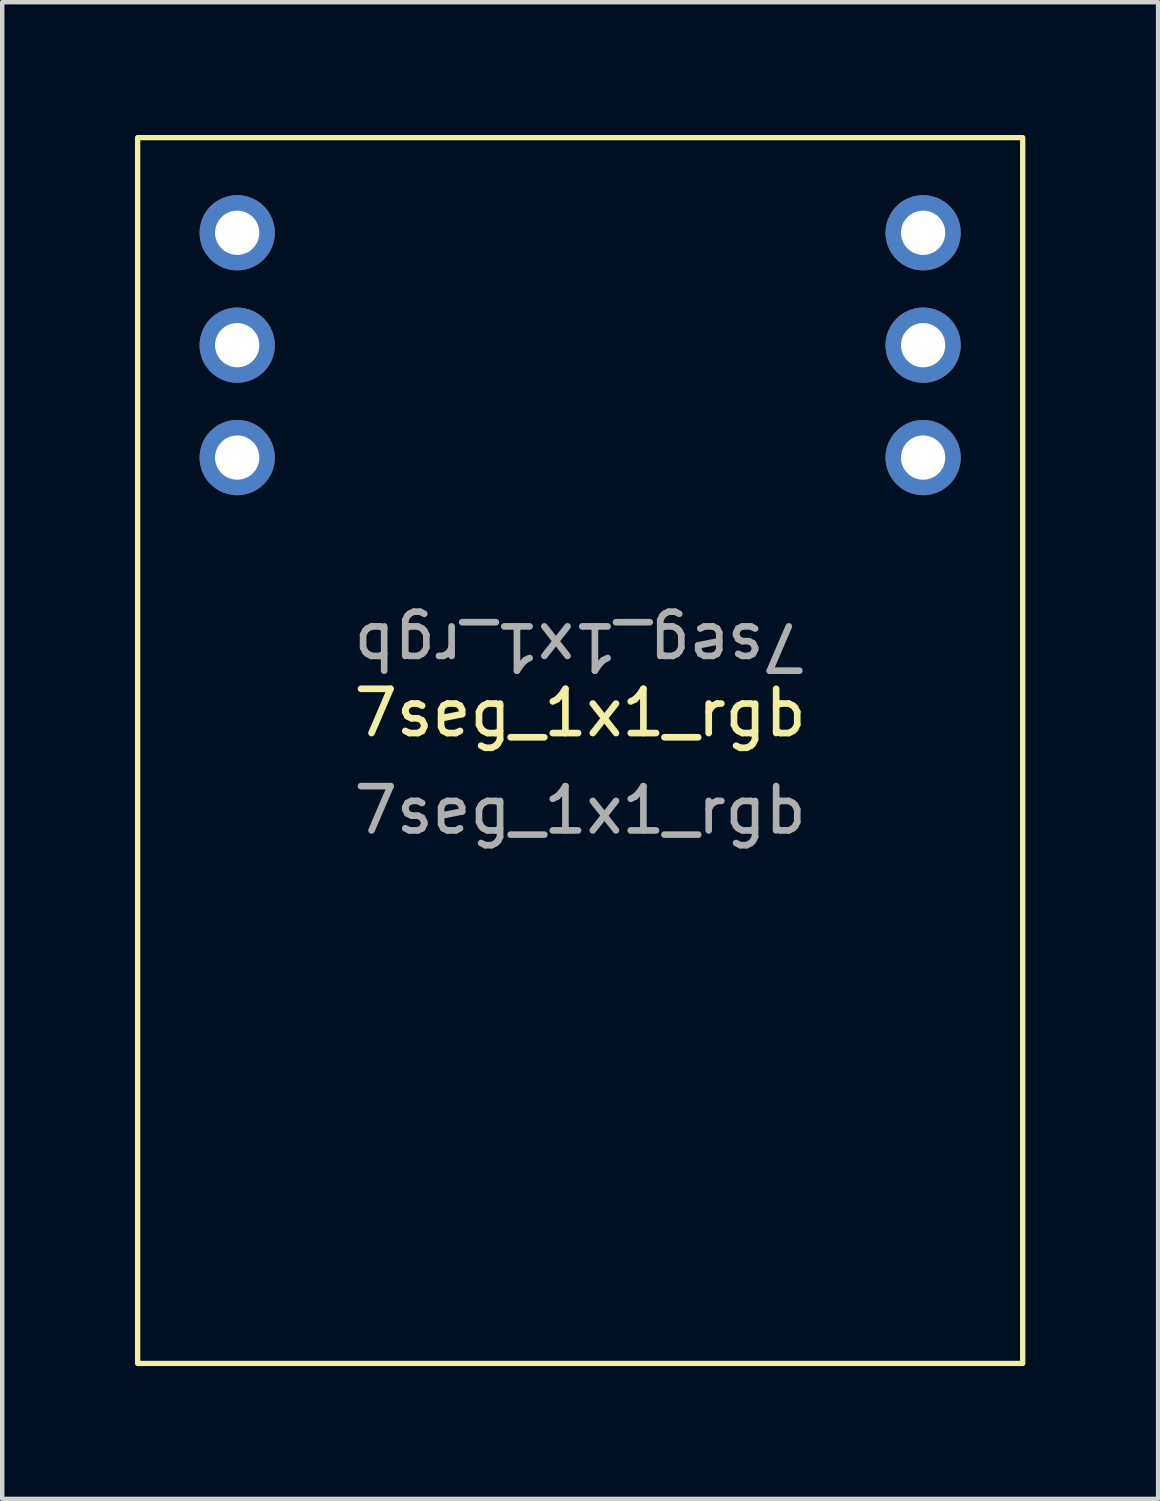
<source format=kicad_pcb>
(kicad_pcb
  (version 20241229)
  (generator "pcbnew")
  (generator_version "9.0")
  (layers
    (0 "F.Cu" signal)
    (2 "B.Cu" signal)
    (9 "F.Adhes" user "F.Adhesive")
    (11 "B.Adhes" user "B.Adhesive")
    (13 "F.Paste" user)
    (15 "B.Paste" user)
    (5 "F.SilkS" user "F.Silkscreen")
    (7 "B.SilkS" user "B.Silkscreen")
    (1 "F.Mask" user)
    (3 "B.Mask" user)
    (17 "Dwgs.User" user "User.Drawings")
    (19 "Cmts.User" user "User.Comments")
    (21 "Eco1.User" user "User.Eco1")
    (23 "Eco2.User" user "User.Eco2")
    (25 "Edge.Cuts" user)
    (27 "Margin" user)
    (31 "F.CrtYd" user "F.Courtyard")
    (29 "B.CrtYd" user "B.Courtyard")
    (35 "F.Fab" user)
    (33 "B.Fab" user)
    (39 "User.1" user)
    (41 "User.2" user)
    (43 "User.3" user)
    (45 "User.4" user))
  (footprint "7seg_1x1_rgb"
    (layer "F.Cu")
    (at 10.06 13.06)
    (property "Reference" "7seg_1x1_rgb" (at 0 0 0) (unlocked yes) (layer "F.SilkS") (effects (font (size 1 1) (thickness 0.15))))
    (attr through_hole)
    (fp_rect (start -10 -13) (end 10 14.7) (stroke (width 0.12) (type solid)) (fill no) (layer "F.SilkS"))
    (fp_poly (pts (xy 8.161 9.88) (xy 8.526 10.274) (xy 8.739 10.797) (xy 8.763 11.034) (xy 8.638 11.593) (xy 8.316 12.007) (xy 7.879 12.223) (xy 7.409 12.189) (xy 7.167 12.046) (xy 6.871 11.771) (xy 6.697 11.561) (xy 6.584 11.098) (xy 6.689 10.593) (xy 6.963 10.137) (xy 7.354 9.819) (xy 7.73 9.725)) (stroke (width 0.1) (type solid)) (fill no) (layer "Eco1.User"))
    (fp_poly (pts (xy 6.546 -9.094) (xy 6.586 -8.847) (xy 6.56 -8.538) (xy 6.491 -7.962) (xy 6.387 -7.193) (xy 6.258 -6.305) (xy 6.215 -6.02) (xy 6.069 -5.052) (xy 5.93 -4.126) (xy 5.812 -3.334) (xy 5.73 -2.771) (xy 5.719 -2.694) (xy 5.537 -1.594) (xy 5.352 -0.833) (xy 5.161 -0.4) (xy 5.049 -0.297) (xy 4.87 -0.219) (xy 4.739 -0.232) (xy 4.562 -0.379) (xy 4.277 -0.675) (xy 3.815 -1.159) (xy 4.288 -4.615) (xy 4.761 -8.071) (xy 5.42 -8.65) (xy 5.969 -9.074) (xy 6.344 -9.221)) (stroke (width 0.1) (type solid)) (fill no) (layer "Eco1.User"))
    (fp_poly (pts (xy -0.595 -10.079) (xy 0.702 -10.068) (xy 0.813 -10.067) (xy 2.206 -10.053) (xy 3.329 -10.035) (xy 4.203 -10.009) (xy 4.85 -9.968) (xy 5.29 -9.907) (xy 5.544 -9.82) (xy 5.633 -9.702) (xy 5.578 -9.546) (xy 5.4 -9.348) (xy 5.118 -9.101) (xy 4.938 -8.951) (xy 4.232 -8.368) (xy -3.066 -8.374) (xy -3.635 -8.951) (xy -4.001 -9.384) (xy -4.126 -9.707) (xy -4.11 -9.82) (xy -4.065 -9.9) (xy -3.965 -9.963) (xy -3.782 -10.011) (xy -3.487 -10.046) (xy -3.05 -10.069) (xy -2.442 -10.081) (xy -1.633 -10.084)) (stroke (width 0.1) (type solid)) (fill no) (layer "Eco1.User"))
    (fp_poly (pts (xy 2.16 10.943) (xy 2.477 11.347) (xy 2.613 11.595) (xy 2.597 11.773) (xy 2.475 11.944) (xy 2.383 12.028) (xy 2.241 12.096) (xy 2.019 12.149) (xy 1.687 12.19) (xy 1.212 12.221) (xy 0.566 12.243) (xy -0.285 12.26) (xy -1.369 12.272) (xy -2.454 12.281) (xy -3.596 12.286) (xy -4.648 12.285) (xy -5.575 12.28) (xy -6.34 12.269) (xy -6.907 12.254) (xy -7.24 12.235) (xy -7.311 12.223) (xy -7.49 11.996) (xy -7.424 11.647) (xy -7.129 11.213) (xy -6.784 10.87) (xy -6.075 10.247) (xy 1.593 10.247)) (stroke (width 0.1) (type solid)) (fill no) (layer "Eco1.User"))
    (fp_poly (pts (xy 3.895 -0.271) (xy 4.139 0.057) (xy 4.261 0.286) (xy 4.264 0.306) (xy 4.149 0.464) (xy 3.858 0.708) (xy 3.7 0.82) (xy 3.522 0.932) (xy 3.337 1.019) (xy 3.108 1.085) (xy 2.798 1.133) (xy 2.371 1.165) (xy 1.79 1.185) (xy 1.02 1.195) (xy 0.024 1.199) (xy -0.912 1.2) (xy -2.134 1.197) (xy -3.099 1.189) (xy -3.84 1.171) (xy -4.389 1.143) (xy -4.779 1.103) (xy -5.044 1.048) (xy -5.216 0.977) (xy -5.283 0.929) (xy -5.549 0.612) (xy -5.558 0.283) (xy -5.305 -0.108) (xy -5.159 -0.263) (xy -4.713 -0.714) (xy 3.525 -0.714)) (stroke (width 0.1) (type solid)) (fill no) (layer "Eco1.User"))
    (fp_poly (pts (xy -4.709 -9.145) (xy -4.347 -8.915) (xy -4.204 -8.794) (xy -4.021 -8.632) (xy -3.886 -8.492) (xy -3.8 -8.327) (xy -3.762 -8.088) (xy -3.772 -7.727) (xy -3.83 -7.198) (xy -3.938 -6.452) (xy -4.095 -5.442) (xy -4.222 -4.628) (xy -4.407 -3.457) (xy -4.559 -2.576) (xy -4.693 -1.934) (xy -4.827 -1.479) (xy -4.975 -1.158) (xy -5.155 -0.919) (xy -5.382 -0.711) (xy -5.464 -0.645) (xy -5.979 -0.296) (xy -6.333 -0.206) (xy -6.55 -0.369) (xy -6.558 -0.382) (xy -6.585 -0.646) (xy -6.553 -1.129) (xy -6.496 -1.556) (xy -6.328 -2.62) (xy -6.133 -3.891) (xy -5.934 -5.231) (xy -5.749 -6.502) (xy -5.744 -6.542) (xy -5.561 -7.678) (xy -5.378 -8.486) (xy -5.191 -8.987) (xy -4.993 -9.202) (xy -4.97 -9.209)) (stroke (width 0.1) (type solid)) (fill no) (layer "Eco1.User"))
    (fp_poly (pts (xy 4.947 0.859) (xy 4.967 0.941) (xy 4.968 1.111) (xy 4.945 1.398) (xy 4.896 1.829) (xy 4.816 2.434) (xy 4.704 3.242) (xy 4.556 4.281) (xy 4.368 5.579) (xy 4.137 7.167) (xy 3.892 8.855) (xy 3.773 9.605) (xy 3.656 10.248) (xy 3.556 10.691) (xy 3.517 10.812) (xy 3.273 11.081) (xy 2.935 11.038) (xy 2.527 10.688) (xy 2.455 10.601) (xy 2.042 10.085) (xy 2.291 8.469) (xy 2.422 7.62) (xy 2.553 6.771) (xy 2.66 6.07) (xy 2.687 5.897) (xy 2.797 5.221) (xy 2.914 4.575) (xy 2.968 4.311) (xy 3.063 3.735) (xy 3.109 3.201) (xy 3.109 3.18) (xy 3.177 2.627) (xy 3.291 2.209) (xy 3.526 1.818) (xy 3.904 1.405) (xy 4.329 1.059) (xy 4.701 0.867) (xy 4.798 0.852) (xy 4.859 0.843) (xy 4.91 0.836)) (stroke (width 0.1) (type solid)) (fill no) (layer "Eco1.User"))
    (fp_poly (pts (xy -6.059 0.982) (xy -5.823 1.224) (xy -5.498 1.599) (xy -5.357 1.9) (xy -5.35 2.257) (xy -5.368 2.408) (xy -5.413 2.725) (xy -5.479 3.183) (xy -5.574 3.817) (xy -5.702 4.661) (xy -5.869 5.752) (xy -6.08 7.124) (xy -6.264 8.32) (xy -6.416 9.196) (xy -6.567 9.792) (xy -6.736 10.175) (xy -6.845 10.32) (xy -7.276 10.728) (xy -7.707 11.03) (xy -8.056 11.173) (xy -8.182 11.166) (xy -8.278 11.093) (xy -8.333 10.942) (xy -8.343 10.668) (xy -8.307 10.226) (xy -8.219 9.569) (xy -8.077 8.652) (xy -7.93 7.75) (xy -7.765 6.745) (xy -7.606 5.778) (xy -7.468 4.939) (xy -7.365 4.317) (xy -7.339 4.158) (xy -7.222 3.483) (xy -7.101 2.837) (xy -7.047 2.572) (xy -6.956 2.055) (xy -6.913 1.631) (xy -6.912 1.598) (xy -6.809 1.219) (xy -6.637 0.955) (xy -6.458 0.793) (xy -6.294 0.793)) (stroke (width 0.1) (type solid)) (fill no) (layer "Eco1.User"))
    (fp_text user "${REFERENCE}" (at 0 2.2 0) (unlocked yes) (layer "F.Fab") (effects (font (size 1 1) (thickness 0.15))))
    (fp_text user "${REFERENCE}" (at 0 -1.5 180) (unlocked yes) (layer "F.Fab") (effects (font (size 1 1) (thickness 0.15))))
    (pad "1" thru_hole circle (at -7.75 -10.85) (size 1.7 1.7) (drill 1) (layers "*.Cu" "*.Mask"))
    (pad "1" thru_hole circle (at 7.75 -10.85) (size 1.7 1.7) (drill 1) (layers "*.Cu" "*.Mask"))
    (pad "2" thru_hole circle (at -7.75 -8.31) (size 1.7 1.7) (drill 1) (layers "*.Cu" "*.Mask"))
    (pad "3" thru_hole circle (at -7.75 -5.77) (size 1.7 1.7) (drill 1) (layers "*.Cu" "*.Mask"))
    (pad "3" thru_hole circle (at 7.75 -5.77) (size 1.7 1.7) (drill 1) (layers "*.Cu" "*.Mask"))
    (pad "5" thru_hole circle (at 7.75 -8.31) (size 1.7 1.7) (drill 1) (layers "*.Cu" "*.Mask")))
  (gr_rect
    (start -3 -3)
    (end 23.12 30.82)
    (stroke (width 0.1) (type default))
    (fill no)
    (layer "Edge.Cuts")))
</source>
